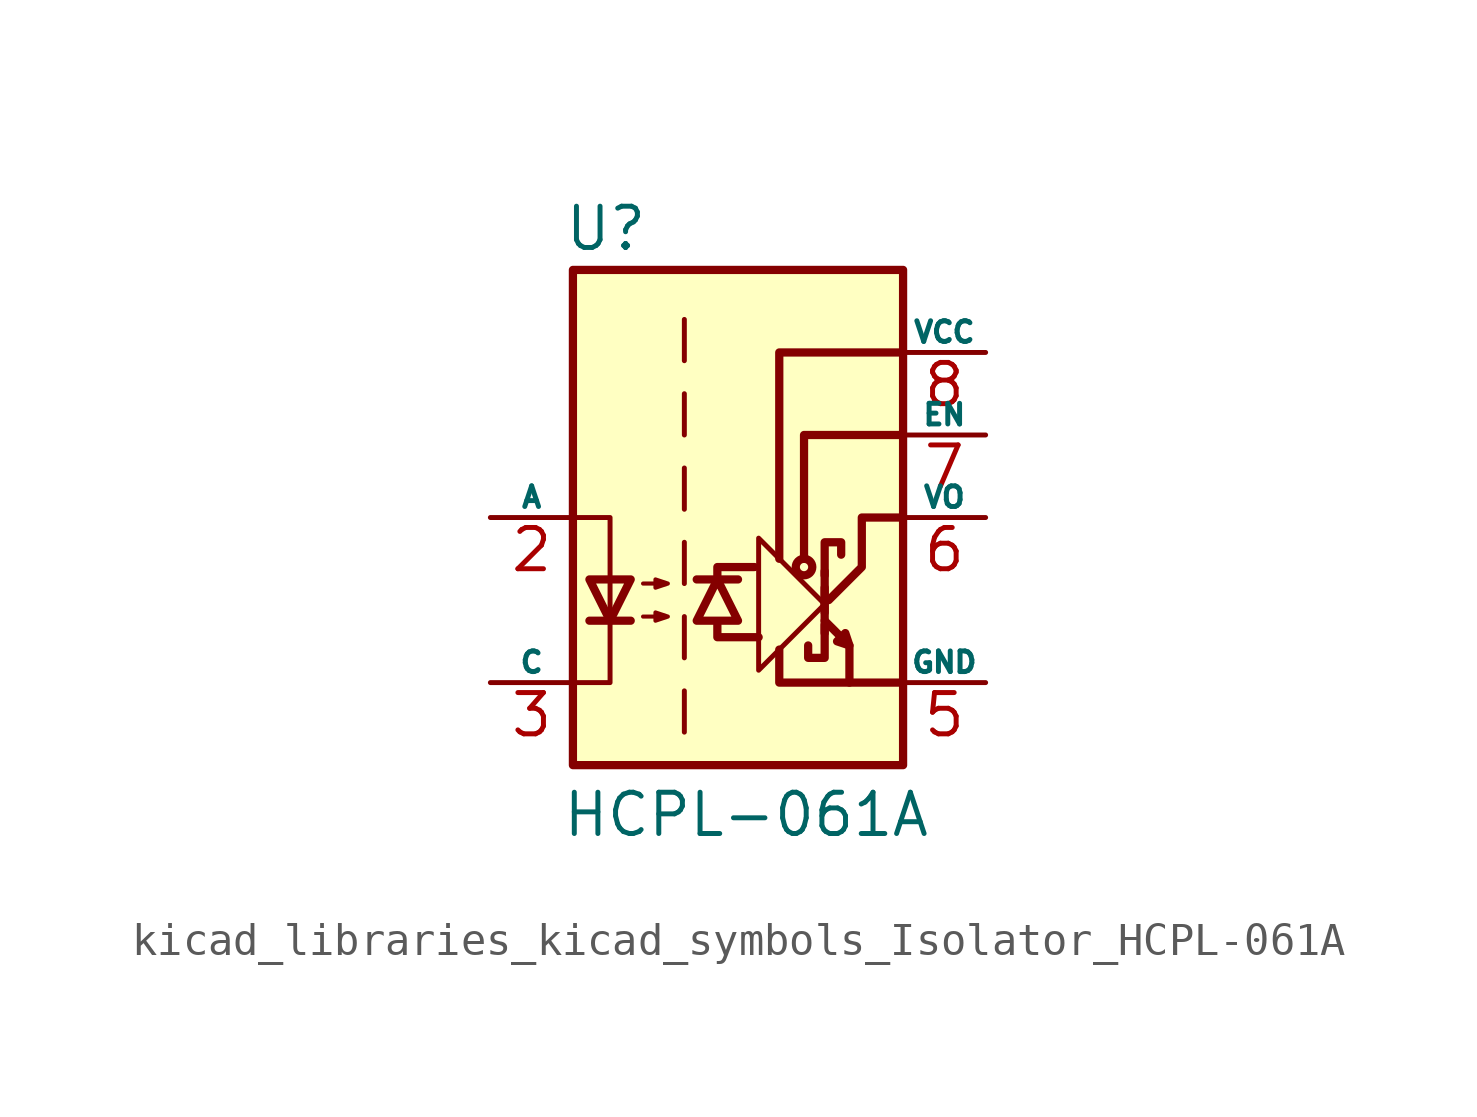
<source format=kicad_sym>
(kicad_symbol_lib
  (version 20220914)
  (generator kicad_symbol_editor)
  (symbol "kicad_libraries_kicad_symbols_Isolator_HCPL-061A"
    (pin_names
      (offset 0))
    (property "Reference" "U"
      (at -4.064 8.89 0)
      (effects (font (size 1.27 1.27))))
    (property "Value" "HCPL-061A"
      (at 0.254 -9.144 0)
      (effects (font (size 1.27 1.27))))
    (symbol "kicad_libraries_kicad_symbols_Isolator_HCPL-061A_0_1"
      (polyline (pts (xy 2.667 -3.556) (xy 2.667 -1.651)) (stroke (width 0.254) (type default)) (fill (type none)))
      (polyline (pts (xy 2.667 -2.159) (xy 2.667 -2.921)) (stroke (width 0.254) (type default)) (fill (type none)))
      (polyline (pts (xy 3.429 -3.937) (xy 3.429 -5.08)) (stroke (width 0.254) (type default)) (fill (type none)))
      (polyline (pts (xy -0.635 -3.302) (xy -0.635 -3.683) (xy 0.635 -3.683)) (stroke (width 0.254) (type default)) (fill (type none)))
      (polyline (pts (xy -0.635 -1.905) (xy -0.635 -1.524) (xy 0.508 -1.524)) (stroke (width 0.254) (type default)) (fill (type none)))
      (polyline (pts (xy 1.27 -4.064) (xy 1.27 -5.08) (xy 5.08 -5.08)) (stroke (width 0.254) (type default)) (fill (type none)))
      (polyline (pts (xy 1.27 -1.27) (xy 1.27 5.08) (xy 5.08 5.08)) (stroke (width 0.254) (type default)) (fill (type none)))
      (polyline (pts (xy 2.032 -1.27) (xy 2.032 2.54) (xy 5.08 2.54)) (stroke (width 0.254) (type default)) (fill (type none)))
      (polyline (pts (xy -5.08 -5.08) (xy -3.937 -5.08) (xy -3.937 0) (xy -5.08 0)) (stroke (width 0) (type default)) (fill (type none)))
      (polyline (pts (xy 2.667 -3.302) (xy 2.667 -4.318) (xy 2.159 -4.318) (xy 2.159 -3.937)) (stroke (width 0.254) (type default)) (fill (type none)))
      (polyline (pts (xy 2.667 -2.667) (xy 0.635 -4.699) (xy 0.635 -0.635) (xy 2.667 -2.667)) (stroke (width 0) (type default)) (fill (type none)))
      (polyline (pts (xy 2.667 -1.778) (xy 2.667 -0.762) (xy 3.175 -0.762) (xy 3.175 -1.143)) (stroke (width 0.254) (type default)) (fill (type none)))
      (polyline (pts (xy 2.794 -2.54) (xy 3.81 -1.524) (xy 3.81 0) (xy 5.08 0)) (stroke (width 0.254) (type default)) (fill (type none)))
      (polyline (pts (xy 2.667 -3.175) (xy 3.429 -3.937) (xy 3.302 -3.556) (xy 3.048 -3.81) (xy 3.429 -3.937)) (stroke (width 0.254) (type default)) (fill (type none)))
      (circle (center 2.032 -1.524) (radius 0.254) (stroke (width 0.254) (type default)) (fill (type none))))
    (symbol "kicad_libraries_kicad_symbols_Isolator_HCPL-061A_1_1"
      (rectangle (start -5.08 7.62) (end 5.08 -7.62) (stroke (width 0.254) (type default)) (fill (type background)))
      (polyline (pts (xy -4.572 -3.175) (xy -3.302 -3.175)) (stroke (width 0.254) (type default)) (fill (type none)))
      (polyline (pts (xy -1.651 -5.334) (xy -1.651 -6.604)) (stroke (width 0) (type default)) (fill (type none)))
      (polyline (pts (xy -1.651 -3.048) (xy -1.651 -4.318)) (stroke (width 0) (type default)) (fill (type none)))
      (polyline (pts (xy -1.651 -0.762) (xy -1.651 -2.032)) (stroke (width 0) (type default)) (fill (type none)))
      (polyline (pts (xy -1.651 1.524) (xy -1.651 0.254)) (stroke (width 0) (type default)) (fill (type none)))
      (polyline (pts (xy -1.651 3.81) (xy -1.651 2.54)) (stroke (width 0) (type default)) (fill (type none)))
      (polyline (pts (xy -1.651 6.096) (xy -1.651 4.826)) (stroke (width 0) (type default)) (fill (type none)))
      (polyline (pts (xy -1.27 -1.905) (xy 0 -1.905)) (stroke (width 0.254) (type default)) (fill (type none)))
      (polyline (pts (xy -3.937 -3.175) (xy -4.572 -1.905) (xy -3.302 -1.905) (xy -3.937 -3.175)) (stroke (width 0.254) (type default)) (fill (type none)))
      (polyline (pts (xy -0.635 -1.905) (xy -1.27 -3.175) (xy 0 -3.175) (xy -0.635 -1.905)) (stroke (width 0.254) (type default)) (fill (type none)))
      (polyline (pts (xy -2.921 -3.048) (xy -2.159 -3.048) (xy -2.54 -3.175) (xy -2.54 -2.921) (xy -2.159 -3.048)) (stroke (width 0.127) (type default)) (fill (type none)))
      (polyline (pts (xy -2.921 -2.032) (xy -2.159 -2.032) (xy -2.54 -2.159) (xy -2.54 -1.905) (xy -2.159 -2.032)) (stroke (width 0.127) (type default)) (fill (type none)))
      (pin no_connect line (at -5.08 5.08 0) (length 2.54) hide (name "NC" (effects (font (size 0.635 0.635)))) (number "1" (effects (font (size 1.27 1.27)))))
      (pin passive line (at -7.62 0 0) (length 2.54) (name "A" (effects (font (size 0.635 0.635)))) (number "2" (effects (font (size 1.27 1.27)))))
      (pin passive line (at -7.62 -5.08 0) (length 2.54) (name "C" (effects (font (size 0.635 0.635)))) (number "3" (effects (font (size 1.27 1.27)))))
      (pin power_in line (at 7.62 -5.08 180) (length 2.54) (name "GND" (effects (font (size 0.635 0.635)))) (number "5" (effects (font (size 1.27 1.27)))))
      (pin open_collector line (at 7.62 0 180) (length 2.54) (name "VO" (effects (font (size 0.635 0.635)))) (number "6" (effects (font (size 1.27 1.27)))))
      (pin input line (at 7.62 2.54 180) (length 2.54) (name "EN" (effects (font (size 0.635 0.635)))) (number "7" (effects (font (size 1.27 1.27)))))
      (pin power_in line (at 7.62 5.08 180) (length 2.54) (name "VCC" (effects (font (size 0.635 0.635)))) (number "8" (effects (font (size 1.27 1.27))))))))
</source>
